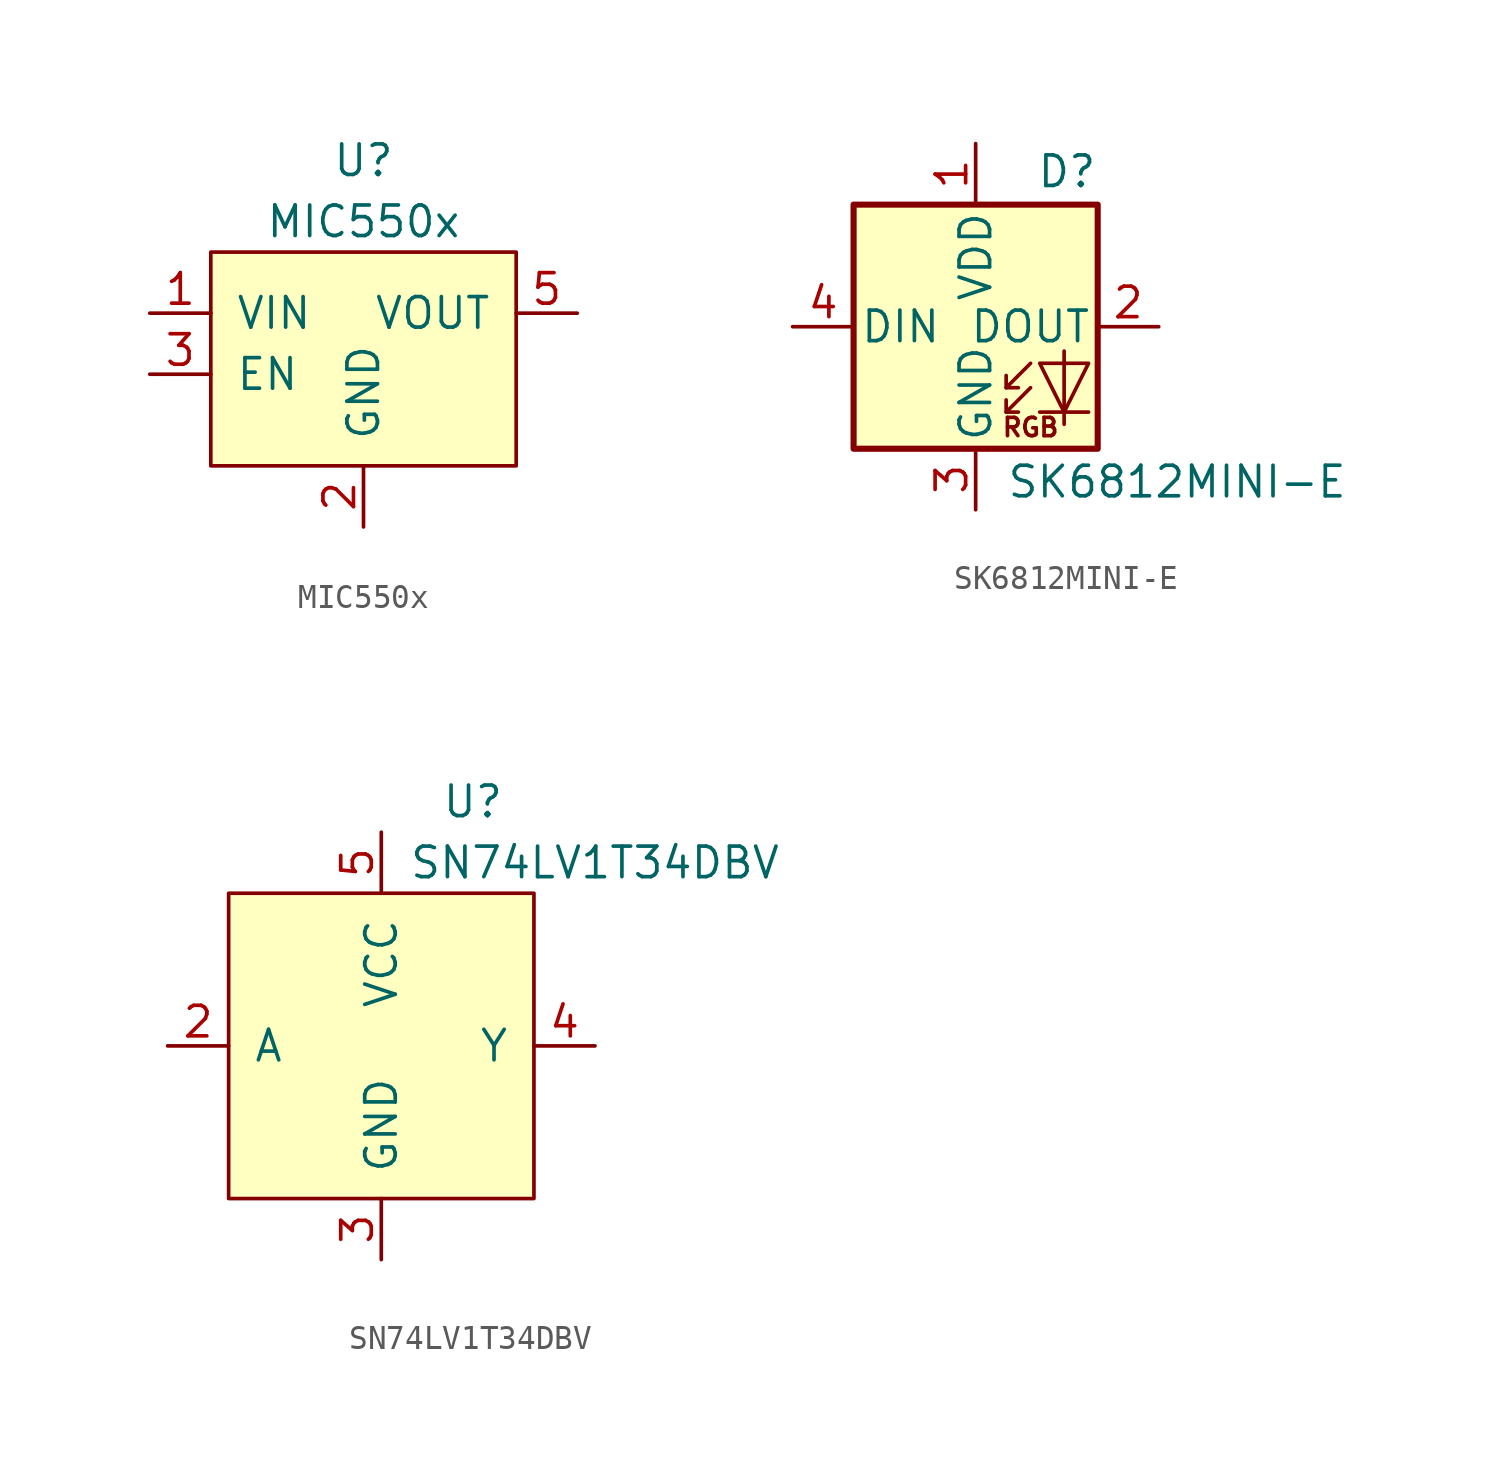
<source format=kicad_sym>
(kicad_symbol_lib
  (version 20201005)
  (generator kicad_symbol_editor)
  (symbol "bigbutton:MIC550x"
    (pin_names
      (offset 1.016))
    (property "Reference" "U"
      (at 0 6.35 0)
      (effects (font (size 1.27 1.27))))
    (property "Value" "MIC550x"
      (at 0 3.81 0)
      (effects (font (size 1.27 1.27))))
    (symbol "MIC550x_0_1"
      (rectangle (start -6.35 2.54) (end 6.35 -6.35) (stroke (width 0)) (fill (type background))))
    (symbol "MIC550x_1_1"
      (pin power_in line (at -8.89 0 0) (length 2.54) (name "VIN" (effects (font (size 1.27 1.27)))) (number "1" (effects (font (size 1.27 1.27)))))
      (pin power_in line (at 0 -8.89 90) (length 2.54) (name "GND" (effects (font (size 1.27 1.27)))) (number "2" (effects (font (size 1.27 1.27)))))
      (pin input line (at -8.89 -2.54 0) (length 2.54) (name "EN" (effects (font (size 1.27 1.27)))) (number "3" (effects (font (size 1.27 1.27)))))
      (pin unconnected line (at 8.89 -2.54 180) (length 2.54) hide (name "NC" (effects (font (size 1.27 1.27)))) (number "4" (effects (font (size 1.27 1.27)))))
      (pin power_out line (at 8.89 0 180) (length 2.54) (name "VOUT" (effects (font (size 1.27 1.27)))) (number "5" (effects (font (size 1.27 1.27)))))))
  (symbol "bigbutton:SK6812MINI-E"
    (pin_names
      (offset 0.254))
    (property "Reference" "D"
      (at 5.08 5.715 0)
      (effects (font (size 1.27 1.27)) (justify right bottom)))
    (property "Value" "SK6812MINI-E"
      (at 1.27 -5.715 0)
      (effects (font (size 1.27 1.27)) (justify left top)))
    (symbol "SK6812MINI-E_0_0"
      (text "RGB" (at 2.286 -4.191 0) (effects (font (size 0.762 0.762)))))
    (symbol "SK6812MINI-E_0_1"
      (rectangle (start 5.08 5.08) (end -5.08 -5.08) (stroke (width 0.254)) (fill (type background)))
      (polyline (pts (xy 1.27 -3.556) (xy 1.778 -3.556)) (stroke (width 0)) (fill (type none)))
      (polyline (pts (xy 1.27 -2.54) (xy 1.778 -2.54)) (stroke (width 0)) (fill (type none)))
      (polyline (pts (xy 4.699 -3.556) (xy 2.667 -3.556)) (stroke (width 0)) (fill (type none)))
      (polyline (pts (xy 2.286 -2.54) (xy 1.27 -3.556) (xy 1.27 -3.048)) (stroke (width 0)) (fill (type none)))
      (polyline (pts (xy 2.286 -1.524) (xy 1.27 -2.54) (xy 1.27 -2.032)) (stroke (width 0)) (fill (type none)))
      (polyline (pts (xy 3.683 -1.016) (xy 3.683 -3.556) (xy 3.683 -4.064)) (stroke (width 0)) (fill (type none)))
      (polyline (pts (xy 4.699 -1.524) (xy 2.667 -1.524) (xy 3.683 -3.556) (xy 4.699 -1.524)) (stroke (width 0)) (fill (type none))))
    (symbol "SK6812MINI-E_1_1"
      (pin power_in line (at 0 -7.62 90) (length 2.54) (name "GND" (effects (font (size 1.27 1.27)))) (number "3" (effects (font (size 1.27 1.27)))))
      (pin input line (at -7.62 0 0) (length 2.54) (name "DIN" (effects (font (size 1.27 1.27)))) (number "4" (effects (font (size 1.27 1.27)))))
      (pin power_in line (at 0 7.62 270) (length 2.54) (name "VDD" (effects (font (size 1.27 1.27)))) (number "1" (effects (font (size 1.27 1.27)))))
      (pin output line (at 7.62 0 180) (length 2.54) (name "DOUT" (effects (font (size 1.27 1.27)))) (number "2" (effects (font (size 1.27 1.27)))))))
  (symbol "bigbutton:SN74LV1T34DBV"
    (pin_names
      (offset 1.016))
    (property "Reference" "U"
      (at 3.81 10.16 0)
      (effects (font (size 1.27 1.27))))
    (property "Value" "SN74LV1T34DBV"
      (at 8.89 7.62 0)
      (effects (font (size 1.27 1.27))))
    (symbol "SN74LV1T34DBV_0_1"
      (rectangle (start -6.35 6.35) (end 6.35 -6.35) (stroke (width 0)) (fill (type background))))
    (symbol "SN74LV1T34DBV_1_1"
      (pin unconnected line (at -8.89 -2.54 0) (length 2.54) hide (name "NC" (effects (font (size 1.27 1.27)))) (number "1" (effects (font (size 1.27 1.27)))))
      (pin input line (at -8.89 0 0) (length 2.54) (name "A" (effects (font (size 1.27 1.27)))) (number "2" (effects (font (size 1.27 1.27)))))
      (pin power_in line (at 0 -8.89 90) (length 2.54) (name "GND" (effects (font (size 1.27 1.27)))) (number "3" (effects (font (size 1.27 1.27)))))
      (pin output line (at 8.89 0 180) (length 2.54) (name "Y" (effects (font (size 1.27 1.27)))) (number "4" (effects (font (size 1.27 1.27)))))
      (pin power_in line (at 0 8.89 270) (length 2.54) (name "VCC" (effects (font (size 1.27 1.27)))) (number "5" (effects (font (size 1.27 1.27))))))))
</source>
